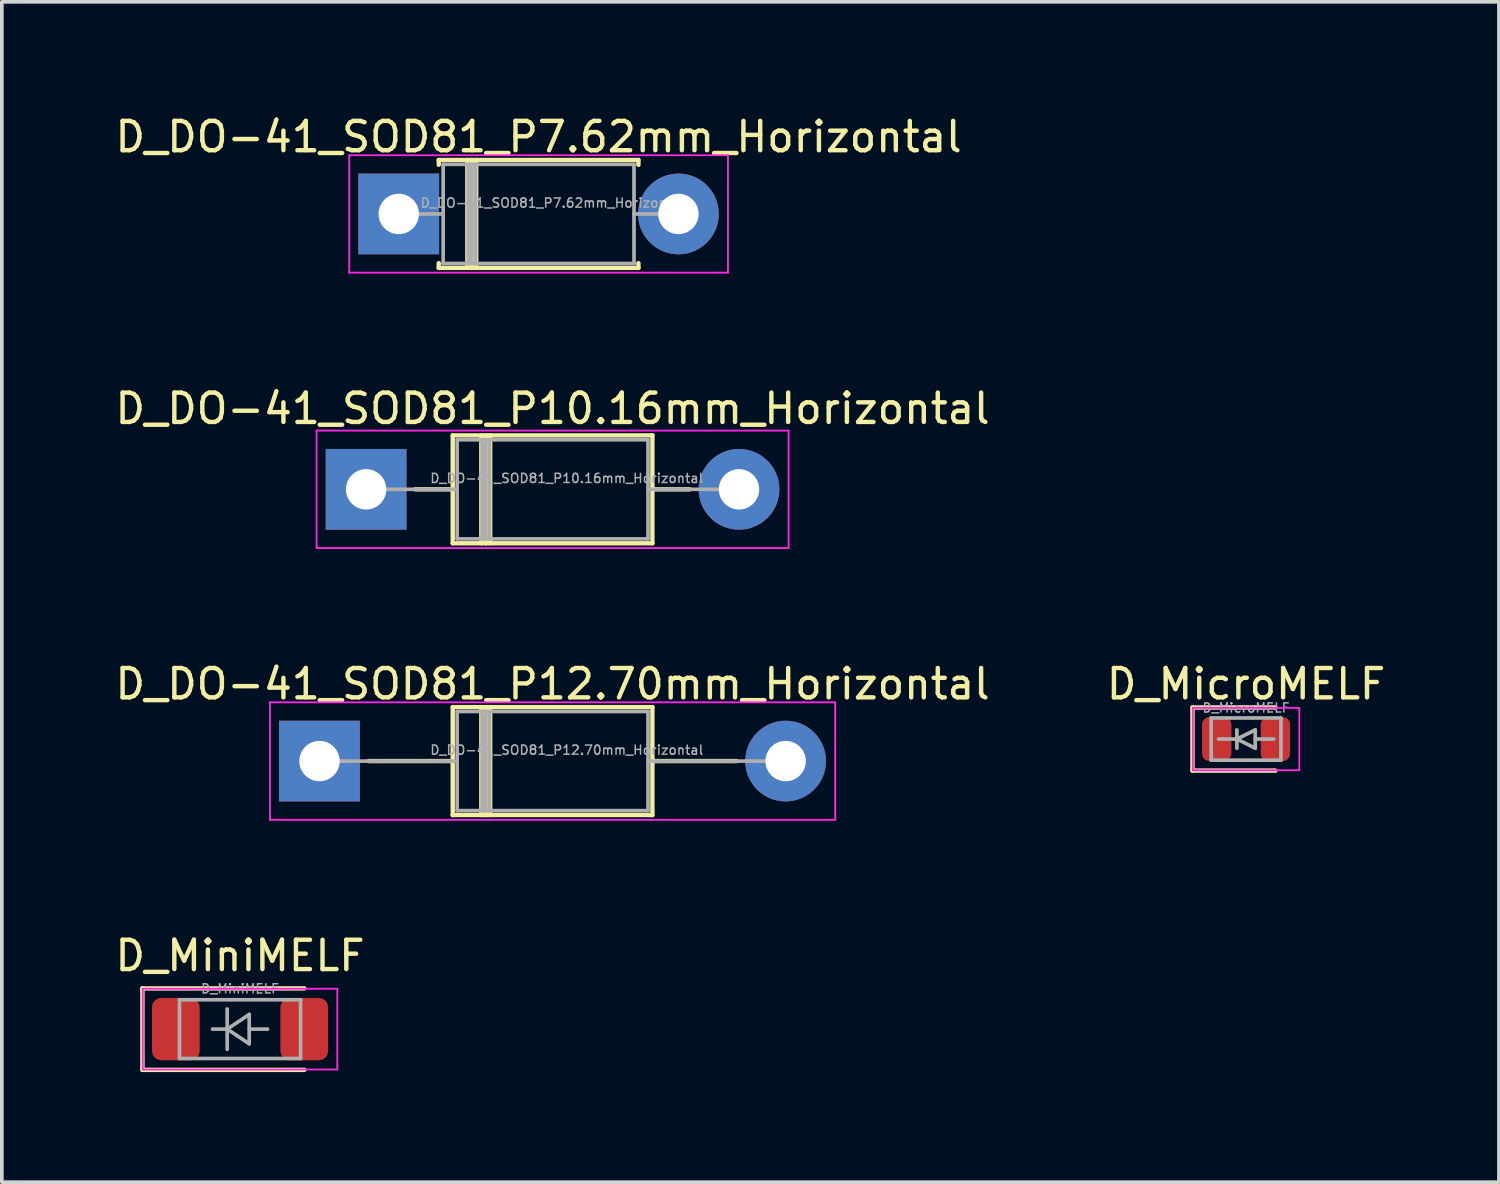
<source format=kicad_pcb>
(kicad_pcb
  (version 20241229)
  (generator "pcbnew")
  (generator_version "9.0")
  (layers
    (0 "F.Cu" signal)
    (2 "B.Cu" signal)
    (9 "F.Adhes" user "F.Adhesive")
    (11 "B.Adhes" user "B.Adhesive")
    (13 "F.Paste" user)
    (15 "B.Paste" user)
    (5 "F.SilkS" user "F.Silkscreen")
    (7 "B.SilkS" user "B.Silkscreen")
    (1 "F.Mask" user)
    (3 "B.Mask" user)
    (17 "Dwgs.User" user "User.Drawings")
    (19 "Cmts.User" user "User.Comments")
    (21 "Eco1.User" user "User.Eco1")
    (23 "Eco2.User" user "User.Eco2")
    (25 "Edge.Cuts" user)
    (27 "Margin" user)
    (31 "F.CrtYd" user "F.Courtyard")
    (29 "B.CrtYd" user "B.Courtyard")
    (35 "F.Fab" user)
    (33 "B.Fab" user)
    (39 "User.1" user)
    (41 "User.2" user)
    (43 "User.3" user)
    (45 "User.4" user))
  (footprint "D_DO-41_SOD81_P7.62mm_Horizontal"
    (layer "F.Cu")
    (at 7.814 2.779)
    (property "Reference" "D_DO-41_SOD81_P7.62mm_Horizontal" (at 3.81 -2.1 0) (layer "F.SilkS") (effects (font (size 0.8 0.8) (thickness 0.12))))
    (attr through_hole)
    (fp_line (start 1.09 -1.47) (end 6.53 -1.47) (stroke (width 0.12) (type solid)) (layer "F.SilkS"))
    (fp_line (start 1.09 -1.34) (end 1.09 -1.47) (stroke (width 0.12) (type solid)) (layer "F.SilkS"))
    (fp_line (start 1.09 1.34) (end 1.09 1.47) (stroke (width 0.12) (type solid)) (layer "F.SilkS"))
    (fp_line (start 1.09 1.47) (end 6.53 1.47) (stroke (width 0.12) (type solid)) (layer "F.SilkS"))
    (fp_line (start 1.87 -1.47) (end 1.87 1.47) (stroke (width 0.12) (type solid)) (layer "F.SilkS"))
    (fp_line (start 1.99 -1.47) (end 1.99 1.47) (stroke (width 0.12) (type solid)) (layer "F.SilkS"))
    (fp_line (start 2.11 -1.47) (end 2.11 1.47) (stroke (width 0.12) (type solid)) (layer "F.SilkS"))
    (fp_line (start 6.53 -1.47) (end 6.53 -1.34) (stroke (width 0.12) (type solid)) (layer "F.SilkS"))
    (fp_line (start 6.53 1.47) (end 6.53 1.34) (stroke (width 0.12) (type solid)) (layer "F.SilkS"))
    (fp_line (start -1.35 -1.6) (end -1.35 1.6) (stroke (width 0.05) (type solid)) (layer "F.CrtYd"))
    (fp_line (start -1.35 1.6) (end 8.97 1.6) (stroke (width 0.05) (type solid)) (layer "F.CrtYd"))
    (fp_line (start 8.97 -1.6) (end -1.35 -1.6) (stroke (width 0.05) (type solid)) (layer "F.CrtYd"))
    (fp_line (start 8.97 1.6) (end 8.97 -1.6) (stroke (width 0.05) (type solid)) (layer "F.CrtYd"))
    (fp_line (start 0 0) (end 1.21 0) (stroke (width 0.1) (type solid)) (layer "F.Fab"))
    (fp_line (start 1.21 -1.35) (end 1.21 1.35) (stroke (width 0.1) (type solid)) (layer "F.Fab"))
    (fp_line (start 1.21 1.35) (end 6.41 1.35) (stroke (width 0.1) (type solid)) (layer "F.Fab"))
    (fp_line (start 1.89 -1.35) (end 1.89 1.35) (stroke (width 0.1) (type solid)) (layer "F.Fab"))
    (fp_line (start 1.99 -1.35) (end 1.99 1.35) (stroke (width 0.1) (type solid)) (layer "F.Fab"))
    (fp_line (start 2.09 -1.35) (end 2.09 1.35) (stroke (width 0.1) (type solid)) (layer "F.Fab"))
    (fp_line (start 6.41 -1.35) (end 1.21 -1.35) (stroke (width 0.1) (type solid)) (layer "F.Fab"))
    (fp_line (start 6.41 1.35) (end 6.41 -1.35) (stroke (width 0.1) (type solid)) (layer "F.Fab"))
    (fp_line (start 7.62 0) (end 6.41 0) (stroke (width 0.1) (type solid)) (layer "F.Fab"))
    (fp_text user "${REFERENCE}" (at 4.2 -0.3 0) (layer "F.Fab") (effects (font (size 0.25 0.25) (thickness 0.04))))
    (pad "1" thru_hole rect (at 0 0) (size 2.2 2.2) (drill 1.1) (layers "*.Cu" "*.Mask"))
    (pad "2" thru_hole oval (at 7.62 0) (size 2.2 2.2) (drill 1.1) (layers "*.Cu" "*.Mask")))
  (footprint "D_MiniMELF"
    (layer "F.Cu")
    (at 3.49 24.989)
    (property "Reference" "D_MiniMELF" (at 0 -2 0) (layer "F.SilkS") (effects (font (size 0.8 0.8) (thickness 0.12))))
    (attr smd)
    (fp_line (start -2.66 -1.11) (end -2.66 1.11) (stroke (width 0.12) (type solid)) (layer "F.SilkS"))
    (fp_line (start -2.66 1.11) (end 1.75 1.11) (stroke (width 0.12) (type solid)) (layer "F.SilkS"))
    (fp_line (start 1.75 -1.11) (end -2.66 -1.11) (stroke (width 0.12) (type solid)) (layer "F.SilkS"))
    (fp_line (start -2.65 -1.1) (end 2.65 -1.1) (stroke (width 0.05) (type solid)) (layer "F.CrtYd"))
    (fp_line (start -2.65 1.1) (end -2.65 -1.1) (stroke (width 0.05) (type solid)) (layer "F.CrtYd"))
    (fp_line (start 2.65 -1.1) (end 2.65 1.1) (stroke (width 0.05) (type solid)) (layer "F.CrtYd"))
    (fp_line (start 2.65 1.1) (end -2.65 1.1) (stroke (width 0.05) (type solid)) (layer "F.CrtYd"))
    (fp_line (start -1.65 -0.8) (end 1.65 -0.8) (stroke (width 0.1) (type solid)) (layer "F.Fab"))
    (fp_line (start -1.65 0.8) (end -1.65 -0.8) (stroke (width 0.1) (type solid)) (layer "F.Fab"))
    (fp_line (start -0.75 0) (end -0.35 0) (stroke (width 0.1) (type solid)) (layer "F.Fab"))
    (fp_line (start -0.35 0) (end -0.35 -0.55) (stroke (width 0.1) (type solid)) (layer "F.Fab"))
    (fp_line (start -0.35 0) (end -0.35 0.55) (stroke (width 0.1) (type solid)) (layer "F.Fab"))
    (fp_line (start -0.35 0) (end 0.25 -0.4) (stroke (width 0.1) (type solid)) (layer "F.Fab"))
    (fp_line (start 0.25 -0.4) (end 0.25 0.4) (stroke (width 0.1) (type solid)) (layer "F.Fab"))
    (fp_line (start 0.25 0) (end 0.75 0) (stroke (width 0.1) (type solid)) (layer "F.Fab"))
    (fp_line (start 0.25 0.4) (end -0.35 0) (stroke (width 0.1) (type solid)) (layer "F.Fab"))
    (fp_line (start 1.65 -0.8) (end 1.65 0.8) (stroke (width 0.1) (type solid)) (layer "F.Fab"))
    (fp_line (start 1.65 0.8) (end -1.65 0.8) (stroke (width 0.1) (type solid)) (layer "F.Fab"))
    (fp_text user "${REFERENCE}" (at 0 -1.1 0) (layer "F.Fab") (effects (font (size 0.25 0.25) (thickness 0.04))))
    (pad "1" smd roundrect (at -1.75 0) (size 1.3 1.7) (layers "F.Cu" "F.Mask" "F.Paste") (roundrect_rratio 0.192))
    (pad "2" smd roundrect (at 1.75 0) (size 1.3 1.7) (layers "F.Cu" "F.Mask" "F.Paste") (roundrect_rratio 0.192)))
  (footprint "D_MicroMELF"
    (layer "F.Cu")
    (at 30.9 17.086)
    (property "Reference" "D_MicroMELF" (at 0 -1.5 0) (layer "F.SilkS") (effects (font (size 0.8 0.8) (thickness 0.12))))
    (attr smd)
    (fp_line (start -1.46 -0.86) (end -1.46 0.86) (stroke (width 0.12) (type solid)) (layer "F.SilkS"))
    (fp_line (start -1.46 0.86) (end 0.8 0.86) (stroke (width 0.12) (type solid)) (layer "F.SilkS"))
    (fp_line (start 0.8 -0.86) (end -1.46 -0.86) (stroke (width 0.12) (type solid)) (layer "F.SilkS"))
    (fp_line (start -1.45 -0.85) (end -1.45 0.85) (stroke (width 0.05) (type solid)) (layer "F.CrtYd"))
    (fp_line (start -1.45 -0.85) (end 1.45 -0.85) (stroke (width 0.05) (type solid)) (layer "F.CrtYd"))
    (fp_line (start 1.45 0.85) (end -1.45 0.85) (stroke (width 0.05) (type solid)) (layer "F.CrtYd"))
    (fp_line (start 1.45 0.85) (end 1.45 -0.85) (stroke (width 0.05) (type solid)) (layer "F.CrtYd"))
    (fp_line (start -0.95 -0.575) (end 0.95 -0.575) (stroke (width 0.1) (type solid)) (layer "F.Fab"))
    (fp_line (start -0.95 0.575) (end -0.95 -0.575) (stroke (width 0.1) (type solid)) (layer "F.Fab"))
    (fp_line (start -0.25 -0.25) (end -0.25 0.25) (stroke (width 0.1) (type solid)) (layer "F.Fab"))
    (fp_line (start -0.25 0) (end -0.75 0) (stroke (width 0.1) (type solid)) (layer "F.Fab"))
    (fp_line (start -0.25 0) (end 0.25 -0.25) (stroke (width 0.1) (type solid)) (layer "F.Fab"))
    (fp_line (start 0.25 -0.25) (end 0.25 0.25) (stroke (width 0.1) (type solid)) (layer "F.Fab"))
    (fp_line (start 0.25 0) (end 0.75 0) (stroke (width 0.1) (type solid)) (layer "F.Fab"))
    (fp_line (start 0.25 0.25) (end -0.25 0) (stroke (width 0.1) (type solid)) (layer "F.Fab"))
    (fp_line (start 0.95 -0.575) (end 0.95 0.575) (stroke (width 0.1) (type solid)) (layer "F.Fab"))
    (fp_line (start 0.95 0.575) (end -0.95 0.575) (stroke (width 0.1) (type solid)) (layer "F.Fab"))
    (fp_text user "${REFERENCE}" (at 0 -0.85 0) (layer "F.Fab") (effects (font (size 0.25 0.25) (thickness 0.04))))
    (pad "1" smd roundrect (at -0.8 0) (size 0.8 1.2) (layers "F.Cu" "F.Mask" "F.Paste") (roundrect_rratio 0.25))
    (pad "2" smd roundrect (at 0.8 0) (size 0.8 1.2) (layers "F.Cu" "F.Mask" "F.Paste") (roundrect_rratio 0.25)))
  (footprint "D_DO-41_SOD81_P10.16mm_Horizontal"
    (layer "F.Cu")
    (at 6.925 10.282)
    (property "Reference" "D_DO-41_SOD81_P10.16mm_Horizontal" (at 5.08 -2.2 0) (layer "F.SilkS") (effects (font (size 0.8 0.8) (thickness 0.12))))
    (attr through_hole)
    (fp_line (start 1.34 0) (end 2.36 0) (stroke (width 0.12) (type solid)) (layer "F.SilkS"))
    (fp_line (start 2.36 -1.47) (end 2.36 1.47) (stroke (width 0.12) (type solid)) (layer "F.SilkS"))
    (fp_line (start 2.36 1.47) (end 7.8 1.47) (stroke (width 0.12) (type solid)) (layer "F.SilkS"))
    (fp_line (start 3.14 -1.47) (end 3.14 1.47) (stroke (width 0.12) (type solid)) (layer "F.SilkS"))
    (fp_line (start 3.26 -1.47) (end 3.26 1.47) (stroke (width 0.12) (type solid)) (layer "F.SilkS"))
    (fp_line (start 3.38 -1.47) (end 3.38 1.47) (stroke (width 0.12) (type solid)) (layer "F.SilkS"))
    (fp_line (start 7.8 -1.47) (end 2.36 -1.47) (stroke (width 0.12) (type solid)) (layer "F.SilkS"))
    (fp_line (start 7.8 1.47) (end 7.8 -1.47) (stroke (width 0.12) (type solid)) (layer "F.SilkS"))
    (fp_line (start 8.82 0) (end 7.8 0) (stroke (width 0.12) (type solid)) (layer "F.SilkS"))
    (fp_line (start -1.35 -1.6) (end -1.35 1.6) (stroke (width 0.05) (type solid)) (layer "F.CrtYd"))
    (fp_line (start -1.35 1.6) (end 11.51 1.6) (stroke (width 0.05) (type solid)) (layer "F.CrtYd"))
    (fp_line (start 11.51 -1.6) (end -1.35 -1.6) (stroke (width 0.05) (type solid)) (layer "F.CrtYd"))
    (fp_line (start 11.51 1.6) (end 11.51 -1.6) (stroke (width 0.05) (type solid)) (layer "F.CrtYd"))
    (fp_line (start 0 0) (end 2.48 0) (stroke (width 0.1) (type solid)) (layer "F.Fab"))
    (fp_line (start 2.48 -1.35) (end 2.48 1.35) (stroke (width 0.1) (type solid)) (layer "F.Fab"))
    (fp_line (start 2.48 1.35) (end 7.68 1.35) (stroke (width 0.1) (type solid)) (layer "F.Fab"))
    (fp_line (start 3.16 -1.35) (end 3.16 1.35) (stroke (width 0.1) (type solid)) (layer "F.Fab"))
    (fp_line (start 3.26 -1.35) (end 3.26 1.35) (stroke (width 0.1) (type solid)) (layer "F.Fab"))
    (fp_line (start 3.36 -1.35) (end 3.36 1.35) (stroke (width 0.1) (type solid)) (layer "F.Fab"))
    (fp_line (start 7.68 -1.35) (end 2.48 -1.35) (stroke (width 0.1) (type solid)) (layer "F.Fab"))
    (fp_line (start 7.68 1.35) (end 7.68 -1.35) (stroke (width 0.1) (type solid)) (layer "F.Fab"))
    (fp_line (start 10.16 0) (end 7.68 0) (stroke (width 0.1) (type solid)) (layer "F.Fab"))
    (fp_text user "${REFERENCE}" (at 5.47 -0.3 0) (layer "F.Fab") (effects (font (size 0.25 0.25) (thickness 0.04))))
    (pad "1" thru_hole rect (at 0 0) (size 2.2 2.2) (drill 1.1) (layers "*.Cu" "*.Mask"))
    (pad "2" thru_hole oval (at 10.16 0) (size 2.2 2.2) (drill 1.1) (layers "*.Cu" "*.Mask")))
  (footprint "D_DO-41_SOD81_P12.70mm_Horizontal"
    (layer "F.Cu")
    (at 5.655 17.686)
    (property "Reference" "D_DO-41_SOD81_P12.70mm_Horizontal" (at 6.35 -2.1 0) (layer "F.SilkS") (effects (font (size 0.8 0.8) (thickness 0.12))))
    (attr through_hole)
    (fp_line (start 1.34 0) (end 3.63 0) (stroke (width 0.12) (type solid)) (layer "F.SilkS"))
    (fp_line (start 3.63 -1.47) (end 3.63 1.47) (stroke (width 0.12) (type solid)) (layer "F.SilkS"))
    (fp_line (start 3.63 1.47) (end 9.07 1.47) (stroke (width 0.12) (type solid)) (layer "F.SilkS"))
    (fp_line (start 4.41 -1.47) (end 4.41 1.47) (stroke (width 0.12) (type solid)) (layer "F.SilkS"))
    (fp_line (start 4.53 -1.47) (end 4.53 1.47) (stroke (width 0.12) (type solid)) (layer "F.SilkS"))
    (fp_line (start 4.65 -1.47) (end 4.65 1.47) (stroke (width 0.12) (type solid)) (layer "F.SilkS"))
    (fp_line (start 9.07 -1.47) (end 3.63 -1.47) (stroke (width 0.12) (type solid)) (layer "F.SilkS"))
    (fp_line (start 9.07 1.47) (end 9.07 -1.47) (stroke (width 0.12) (type solid)) (layer "F.SilkS"))
    (fp_line (start 11.36 0) (end 9.07 0) (stroke (width 0.12) (type solid)) (layer "F.SilkS"))
    (fp_line (start -1.35 -1.6) (end -1.35 1.6) (stroke (width 0.05) (type solid)) (layer "F.CrtYd"))
    (fp_line (start -1.35 1.6) (end 14.05 1.6) (stroke (width 0.05) (type solid)) (layer "F.CrtYd"))
    (fp_line (start 14.05 -1.6) (end -1.35 -1.6) (stroke (width 0.05) (type solid)) (layer "F.CrtYd"))
    (fp_line (start 14.05 1.6) (end 14.05 -1.6) (stroke (width 0.05) (type solid)) (layer "F.CrtYd"))
    (fp_line (start 0 0) (end 3.75 0) (stroke (width 0.1) (type solid)) (layer "F.Fab"))
    (fp_line (start 3.75 -1.35) (end 3.75 1.35) (stroke (width 0.1) (type solid)) (layer "F.Fab"))
    (fp_line (start 3.75 1.35) (end 8.95 1.35) (stroke (width 0.1) (type solid)) (layer "F.Fab"))
    (fp_line (start 4.43 -1.35) (end 4.43 1.35) (stroke (width 0.1) (type solid)) (layer "F.Fab"))
    (fp_line (start 4.53 -1.35) (end 4.53 1.35) (stroke (width 0.1) (type solid)) (layer "F.Fab"))
    (fp_line (start 4.63 -1.35) (end 4.63 1.35) (stroke (width 0.1) (type solid)) (layer "F.Fab"))
    (fp_line (start 8.95 -1.35) (end 3.75 -1.35) (stroke (width 0.1) (type solid)) (layer "F.Fab"))
    (fp_line (start 8.95 1.35) (end 8.95 -1.35) (stroke (width 0.1) (type solid)) (layer "F.Fab"))
    (fp_line (start 12.7 0) (end 8.95 0) (stroke (width 0.1) (type solid)) (layer "F.Fab"))
    (fp_text user "${REFERENCE}" (at 6.74 -0.3 0) (layer "F.Fab") (effects (font (size 0.25 0.25) (thickness 0.04))))
    (pad "1" thru_hole rect (at 0 0) (size 2.2 2.2) (drill 1.1) (layers "*.Cu" "*.Mask"))
    (pad "2" thru_hole oval (at 12.7 0) (size 2.2 2.2) (drill 1.1) (layers "*.Cu" "*.Mask")))
  (gr_rect
    (start -3 -3)
    (end 37.79 29.159)
    (stroke (width 0.1) (type default))
    (fill no)
    (layer "Edge.Cuts")))
</source>
